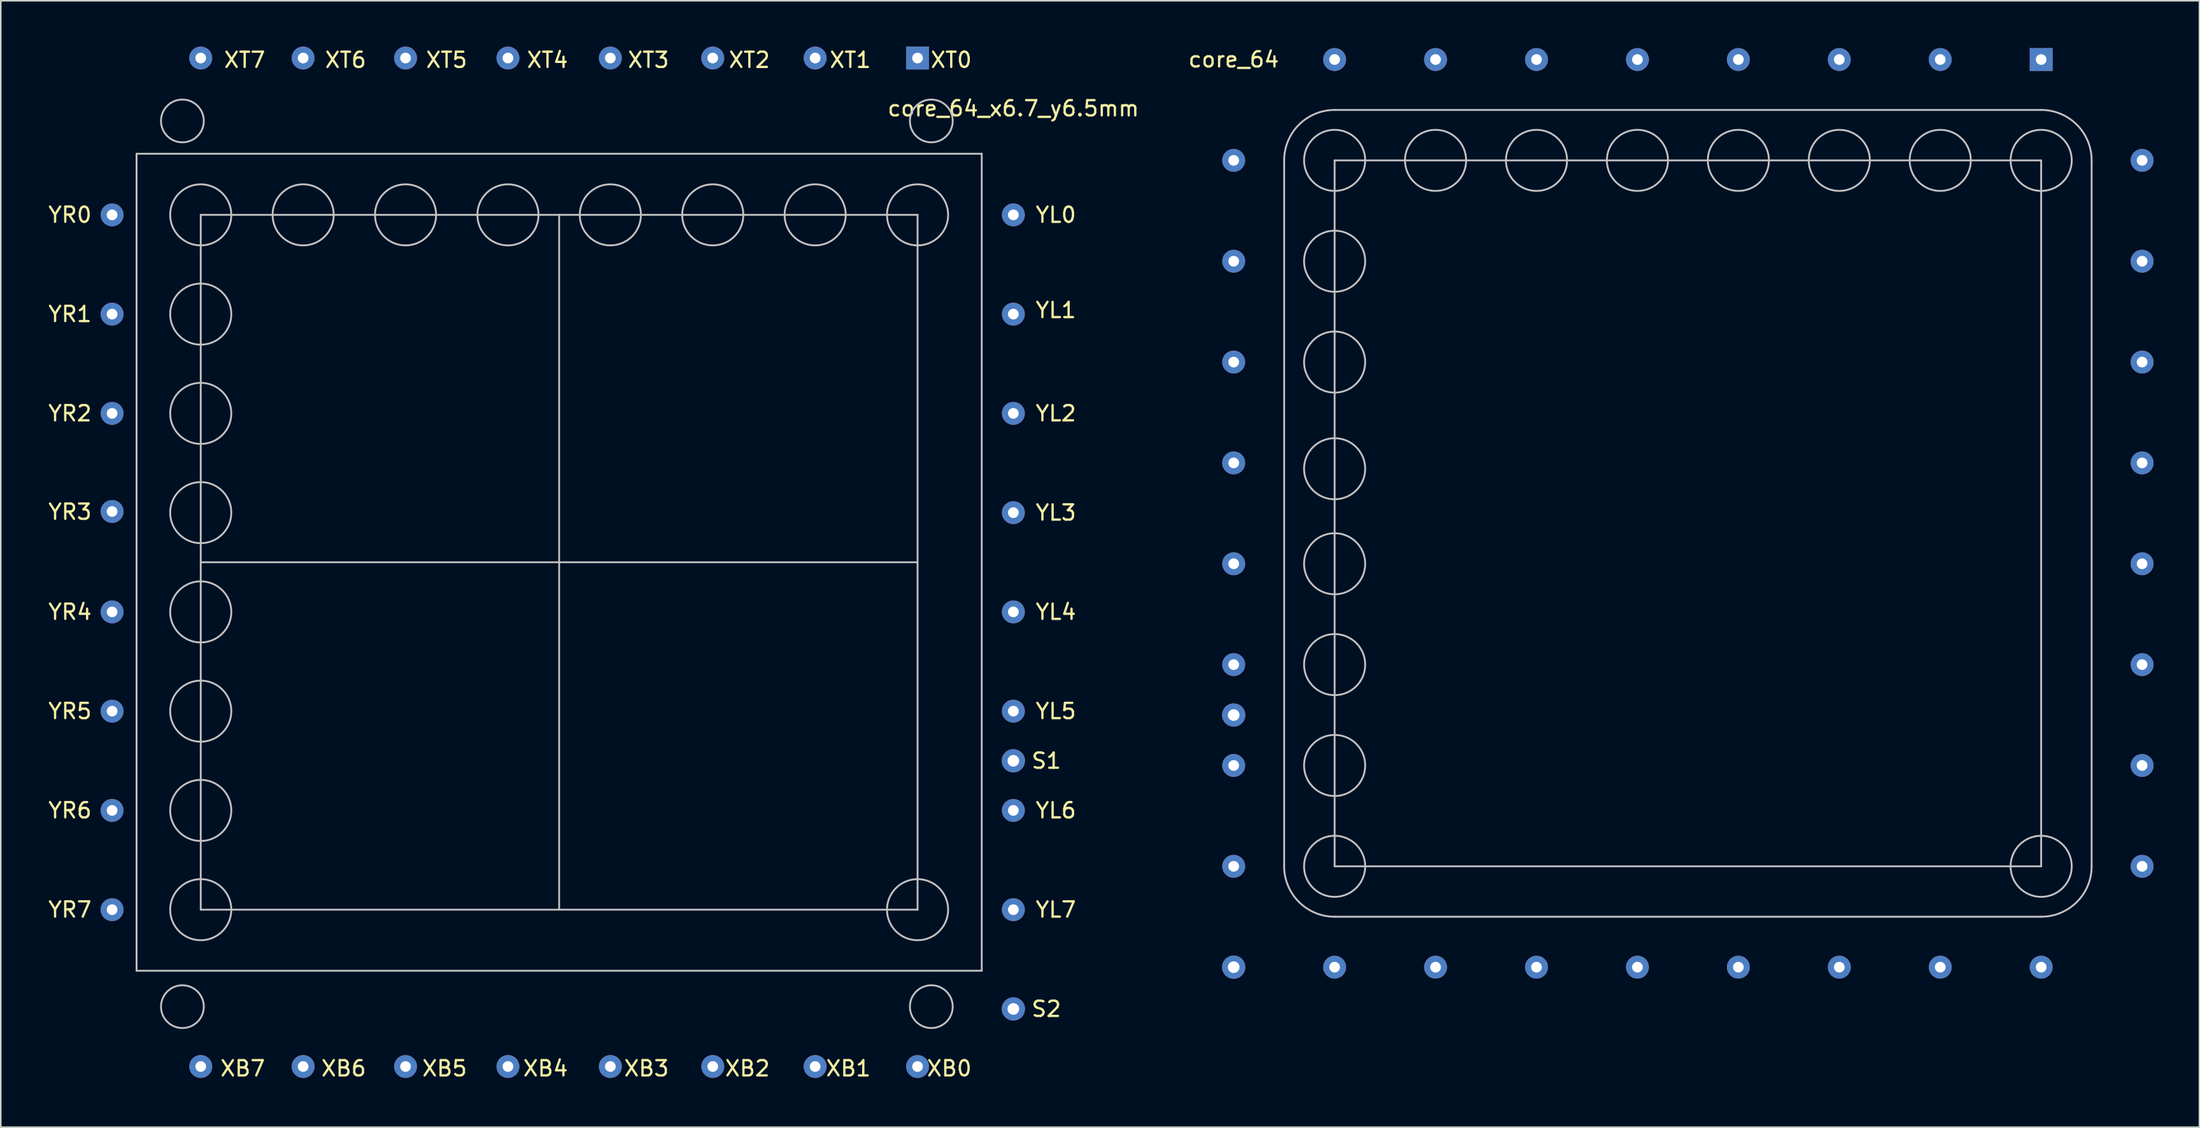
<source format=kicad_pcb>
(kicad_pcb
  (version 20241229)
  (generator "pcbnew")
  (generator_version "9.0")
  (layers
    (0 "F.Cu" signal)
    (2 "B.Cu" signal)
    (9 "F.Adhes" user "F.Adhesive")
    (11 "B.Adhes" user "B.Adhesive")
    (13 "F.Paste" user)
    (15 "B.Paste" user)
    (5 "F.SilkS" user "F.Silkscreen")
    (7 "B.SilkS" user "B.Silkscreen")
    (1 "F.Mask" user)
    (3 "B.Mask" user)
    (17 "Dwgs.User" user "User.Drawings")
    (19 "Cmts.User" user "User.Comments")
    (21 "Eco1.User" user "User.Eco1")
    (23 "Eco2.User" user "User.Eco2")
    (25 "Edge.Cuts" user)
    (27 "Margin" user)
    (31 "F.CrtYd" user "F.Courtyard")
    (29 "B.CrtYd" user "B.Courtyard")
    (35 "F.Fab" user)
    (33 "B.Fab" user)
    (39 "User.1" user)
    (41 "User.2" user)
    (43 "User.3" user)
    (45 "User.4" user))
  (footprint "core_64_x6.7_y6.5mm"
    (layer "F.Cu")
    (at 33.534 33.77)
    (property "Reference" "core_64_x6.7_y6.5mm" (at 29.718 -29.718 0) (layer "F.SilkS") (effects (font (size 1 1) (thickness 0.15))))
    (attr through_hole)
    (fp_line (start -27.65 -26.75) (end 27.65 -26.75) (stroke (width 0.12) (type solid)) (layer "Dwgs.User"))
    (fp_line (start -27.65 26.75) (end -27.65 -26.75) (stroke (width 0.12) (type solid)) (layer "Dwgs.User"))
    (fp_line (start -23.45 -22.75) (end 23.45 -22.75) (stroke (width 0.12) (type solid)) (layer "Dwgs.User"))
    (fp_line (start -23.45 0) (end 23.45 0) (stroke (width 0.12) (type solid)) (layer "Dwgs.User"))
    (fp_line (start -23.45 22.75) (end -23.45 -22.75) (stroke (width 0.12) (type solid)) (layer "Dwgs.User"))
    (fp_line (start 0 22.75) (end 0 -22.75) (stroke (width 0.12) (type solid)) (layer "Dwgs.User"))
    (fp_line (start 23.45 -22.75) (end 23.45 22.75) (stroke (width 0.12) (type solid)) (layer "Dwgs.User"))
    (fp_line (start 23.45 22.75) (end -23.45 22.75) (stroke (width 0.12) (type solid)) (layer "Dwgs.User"))
    (fp_line (start 27.65 -26.75) (end 27.65 26.75) (stroke (width 0.12) (type solid)) (layer "Dwgs.User"))
    (fp_line (start 27.65 26.75) (end -27.65 26.75) (stroke (width 0.12) (type solid)) (layer "Dwgs.User"))
    (fp_circle (center -24.65 -28.9) (end -23.25 -28.9) (stroke (width 0.12) (type solid)) (fill no) (layer "Dwgs.User"))
    (fp_circle (center -24.65 29.1) (end -23.25 29.1) (stroke (width 0.12) (type solid)) (fill no) (layer "Dwgs.User"))
    (fp_circle (center -23.45 -22.75) (end -21.45 -22.75) (stroke (width 0.12) (type solid)) (fill no) (layer "Dwgs.User"))
    (fp_circle (center -23.45 -16.25) (end -21.45 -16.25) (stroke (width 0.12) (type solid)) (fill no) (layer "Dwgs.User"))
    (fp_circle (center -23.45 -9.75) (end -21.45 -9.75) (stroke (width 0.12) (type solid)) (fill no) (layer "Dwgs.User"))
    (fp_circle (center -23.45 -3.25) (end -21.45 -3.25) (stroke (width 0.12) (type solid)) (fill no) (layer "Dwgs.User"))
    (fp_circle (center -23.45 3.25) (end -21.45 3.25) (stroke (width 0.12) (type solid)) (fill no) (layer "Dwgs.User"))
    (fp_circle (center -23.45 9.75) (end -21.45 9.75) (stroke (width 0.12) (type solid)) (fill no) (layer "Dwgs.User"))
    (fp_circle (center -23.45 16.25) (end -21.45 16.25) (stroke (width 0.12) (type solid)) (fill no) (layer "Dwgs.User"))
    (fp_circle (center -23.45 22.75) (end -21.45 22.75) (stroke (width 0.12) (type solid)) (fill no) (layer "Dwgs.User"))
    (fp_circle (center -16.75 -22.75) (end -14.75 -22.75) (stroke (width 0.12) (type solid)) (fill no) (layer "Dwgs.User"))
    (fp_circle (center -10.05 -22.75) (end -8.05 -22.75) (stroke (width 0.12) (type solid)) (fill no) (layer "Dwgs.User"))
    (fp_circle (center -3.35 -22.75) (end -1.35 -22.75) (stroke (width 0.12) (type solid)) (fill no) (layer "Dwgs.User"))
    (fp_circle (center 3.35 -22.75) (end 5.35 -22.75) (stroke (width 0.12) (type solid)) (fill no) (layer "Dwgs.User"))
    (fp_circle (center 10.05 -22.75) (end 12.05 -22.75) (stroke (width 0.12) (type solid)) (fill no) (layer "Dwgs.User"))
    (fp_circle (center 16.75 -22.75) (end 18.75 -22.75) (stroke (width 0.12) (type solid)) (fill no) (layer "Dwgs.User"))
    (fp_circle (center 23.45 -22.75) (end 25.45 -22.75) (stroke (width 0.12) (type solid)) (fill no) (layer "Dwgs.User"))
    (fp_circle (center 23.45 22.75) (end 25.45 22.75) (stroke (width 0.12) (type solid)) (fill no) (layer "Dwgs.User"))
    (fp_circle (center 24.35 -28.9) (end 25.75 -28.9) (stroke (width 0.12) (type solid)) (fill no) (layer "Dwgs.User"))
    (fp_circle (center 24.35 29.1) (end 25.75 29.1) (stroke (width 0.12) (type solid)) (fill no) (layer "Dwgs.User"))
    (fp_text user "XB4" (at -0.889 33.147 0) (layer "F.SilkS") (effects (font (size 1 1) (thickness 0.15))))
    (fp_text user "XT1" (at 19.05 -32.893 0) (layer "F.SilkS") (effects (font (size 1 1) (thickness 0.15))))
    (fp_text user "S2" (at 31.877 29.25 0) (layer "F.SilkS") (effects (font (size 1 1) (thickness 0.15))))
    (fp_text user "YL6" (at 32.5 16.25 0) (layer "F.SilkS") (effects (font (size 1 1) (thickness 0.15))))
    (fp_text user "YR1" (at -32.004 -16.25 0) (layer "F.SilkS") (effects (font (size 1 1) (thickness 0.15))))
    (fp_text user "YL3" (at 32.5 -3.25 0) (layer "F.SilkS") (effects (font (size 1 1) (thickness 0.15))))
    (fp_text user "XB6" (at -14.097 33.147 0) (layer "F.SilkS") (effects (font (size 1 1) (thickness 0.15))))
    (fp_text user "XT5" (at -7.366 -32.893 0) (layer "F.SilkS") (effects (font (size 1 1) (thickness 0.15))))
    (fp_text user "XT7" (at -20.574 -32.893 0) (layer "F.SilkS") (effects (font (size 1 1) (thickness 0.15))))
    (fp_text user "XB7" (at -20.701 33.147 0) (layer "F.SilkS") (effects (font (size 1 1) (thickness 0.15))))
    (fp_text user "YL7" (at 32.5 22.75 0) (layer "F.SilkS") (effects (font (size 1 1) (thickness 0.15))))
    (fp_text user "YL2" (at 32.5 -9.75 0) (layer "F.SilkS") (effects (font (size 1 1) (thickness 0.15))))
    (fp_text user "YL5" (at 32.5 9.75 0) (layer "F.SilkS") (effects (font (size 1 1) (thickness 0.15))))
    (fp_text user "XB1" (at 18.923 33.147 0) (layer "F.SilkS") (effects (font (size 1 1) (thickness 0.15))))
    (fp_text user "YR6" (at -32.004 16.25 0) (layer "F.SilkS") (effects (font (size 1 1) (thickness 0.15))))
    (fp_text user "YR7" (at -32.004 22.75 0) (layer "F.SilkS") (effects (font (size 1 1) (thickness 0.15))))
    (fp_text user "YL4" (at 32.5 3.25 0) (layer "F.SilkS") (effects (font (size 1 1) (thickness 0.15))))
    (fp_text user "YR4" (at -32.004 3.25 0) (layer "F.SilkS") (effects (font (size 1 1) (thickness 0.15))))
    (fp_text user "YL1" (at 32.5 -16.51 0) (layer "F.SilkS") (effects (font (size 1 1) (thickness 0.15))))
    (fp_text user "XB3" (at 5.715 33.147 0) (layer "F.SilkS") (effects (font (size 1 1) (thickness 0.15))))
    (fp_text user "YR3" (at -32.004 -3.302 0) (layer "F.SilkS") (effects (font (size 1 1) (thickness 0.15))))
    (fp_text user "XT2" (at 12.446 -32.893 0) (layer "F.SilkS") (effects (font (size 1 1) (thickness 0.15))))
    (fp_text user "XB2" (at 12.319 33.147 0) (layer "F.SilkS") (effects (font (size 1 1) (thickness 0.15))))
    (fp_text user "XB5" (at -7.493 33.147 0) (layer "F.SilkS") (effects (font (size 1 1) (thickness 0.15))))
    (fp_text user "YL0" (at 32.5 -22.75 0) (layer "F.SilkS") (effects (font (size 1 1) (thickness 0.15))))
    (fp_text user "YR5" (at -32.004 9.75 0) (layer "F.SilkS") (effects (font (size 1 1) (thickness 0.15))))
    (fp_text user "XT4" (at -0.762 -32.893 0) (layer "F.SilkS") (effects (font (size 1 1) (thickness 0.15))))
    (fp_text user "XB0" (at 25.527 33.147 0) (layer "F.SilkS") (effects (font (size 1 1) (thickness 0.15))))
    (fp_text user "YR2" (at -32.004 -9.75 0) (layer "F.SilkS") (effects (font (size 1 1) (thickness 0.15))))
    (fp_text user "XT0" (at 25.654 -32.893 0) (layer "F.SilkS") (effects (font (size 1 1) (thickness 0.15))))
    (fp_text user "S1" (at 31.877 13 0) (layer "F.SilkS") (effects (font (size 1 1) (thickness 0.15))))
    (fp_text user "XT6" (at -13.97 -32.893 0) (layer "F.SilkS") (effects (font (size 1 1) (thickness 0.15))))
    (fp_text user "XT3" (at 5.842 -32.893 0) (layer "F.SilkS") (effects (font (size 1 1) (thickness 0.15))))
    (fp_text user "YR0" (at -32.004 -22.75 0) (layer "F.SilkS") (effects (font (size 1 1) (thickness 0.15))))
    (pad "1" thru_hole rect (at 23.45 -33.02 180) (size 1.5 1.5) (drill 0.7) (layers "*.Cu" "*.Mask"))
    (pad "2" thru_hole circle (at 16.75 -33.02 180) (size 1.5 1.5) (drill 0.7) (layers "*.Cu" "*.Mask"))
    (pad "3" thru_hole circle (at 10.05 -33.02 180) (size 1.5 1.5) (drill 0.7) (layers "*.Cu" "*.Mask"))
    (pad "4" thru_hole circle (at 3.35 -33.02 180) (size 1.5 1.5) (drill 0.7) (layers "*.Cu" "*.Mask"))
    (pad "5" thru_hole circle (at -3.35 -33.02 180) (size 1.5 1.5) (drill 0.7) (layers "*.Cu" "*.Mask"))
    (pad "6" thru_hole circle (at -10.05 -33.02 180) (size 1.5 1.5) (drill 0.7) (layers "*.Cu" "*.Mask"))
    (pad "7" thru_hole circle (at -16.75 -33.02 180) (size 1.5 1.5) (drill 0.7) (layers "*.Cu" "*.Mask"))
    (pad "8" thru_hole circle (at -23.45 -33.02 180) (size 1.5 1.5) (drill 0.7) (layers "*.Cu" "*.Mask"))
    (pad "9" thru_hole circle (at -29.25 -22.75 180) (size 1.5 1.5) (drill 0.7) (layers "*.Cu" "*.Mask"))
    (pad "10" thru_hole circle (at -29.25 -16.25 180) (size 1.5 1.5) (drill 0.7) (layers "*.Cu" "*.Mask"))
    (pad "11" thru_hole circle (at -29.25 -9.75 180) (size 1.5 1.5) (drill 0.7) (layers "*.Cu" "*.Mask"))
    (pad "12" thru_hole circle (at -29.25 -3.325 180) (size 1.5 1.5) (drill 0.7) (layers "*.Cu" "*.Mask"))
    (pad "13" thru_hole circle (at -29.25 3.25 180) (size 1.5 1.5) (drill 0.7) (layers "*.Cu" "*.Mask"))
    (pad "14" thru_hole circle (at -29.25 9.75 180) (size 1.5 1.5) (drill 0.7) (layers "*.Cu" "*.Mask"))
    (pad "15" thru_hole circle (at -29.25 16.25 180) (size 1.5 1.5) (drill 0.7) (layers "*.Cu" "*.Mask"))
    (pad "16" thru_hole circle (at -29.25 22.75 180) (size 1.5 1.5) (drill 0.7) (layers "*.Cu" "*.Mask"))
    (pad "17" thru_hole circle (at -23.45 33.02 180) (size 1.5 1.5) (drill 0.7) (layers "*.Cu" "*.Mask"))
    (pad "18" thru_hole circle (at -16.75 33.02 180) (size 1.5 1.5) (drill 0.7) (layers "*.Cu" "*.Mask"))
    (pad "19" thru_hole circle (at -10.05 33.02 180) (size 1.5 1.5) (drill 0.7) (layers "*.Cu" "*.Mask"))
    (pad "20" thru_hole circle (at -3.35 33.02 180) (size 1.5 1.5) (drill 0.7) (layers "*.Cu" "*.Mask"))
    (pad "21" thru_hole circle (at 3.35 33.02 180) (size 1.5 1.5) (drill 0.7) (layers "*.Cu" "*.Mask"))
    (pad "22" thru_hole circle (at 10.05 33.02 180) (size 1.5 1.5) (drill 0.7) (layers "*.Cu" "*.Mask"))
    (pad "23" thru_hole circle (at 16.75 33.02 180) (size 1.5 1.5) (drill 0.7) (layers "*.Cu" "*.Mask"))
    (pad "24" thru_hole circle (at 23.45 33.02 180) (size 1.5 1.5) (drill 0.7) (layers "*.Cu" "*.Mask"))
    (pad "25" thru_hole circle (at 29.718 22.75 180) (size 1.5 1.5) (drill 0.7) (layers "*.Cu" "*.Mask"))
    (pad "26" thru_hole circle (at 29.718 16.25 180) (size 1.5 1.5) (drill 0.7) (layers "*.Cu" "*.Mask"))
    (pad "27" thru_hole circle (at 29.718 9.75 180) (size 1.5 1.5) (drill 0.7) (layers "*.Cu" "*.Mask"))
    (pad "28" thru_hole circle (at 29.718 3.25 180) (size 1.5 1.5) (drill 0.7) (layers "*.Cu" "*.Mask"))
    (pad "29" thru_hole circle (at 29.718 -3.25 180) (size 1.5 1.5) (drill 0.7) (layers "*.Cu" "*.Mask"))
    (pad "30" thru_hole circle (at 29.718 -9.75 180) (size 1.5 1.5) (drill 0.7) (layers "*.Cu" "*.Mask"))
    (pad "31" thru_hole circle (at 29.718 -16.25 180) (size 1.5 1.5) (drill 0.7) (layers "*.Cu" "*.Mask"))
    (pad "32" thru_hole circle (at 29.718 -22.75 180) (size 1.5 1.5) (drill 0.7) (layers "*.Cu" "*.Mask"))
    (pad "33" thru_hole circle (at 29.718 13) (size 1.524 1.524) (drill 0.762) (layers "*.Cu" "*.Mask"))
    (pad "34" thru_hole circle (at 29.718 29.25) (size 1.524 1.524) (drill 0.762) (layers "*.Cu" "*.Mask")))
  (footprint "core_64"
    (layer "F.Cu")
    (at 107.386 30.566)
    (property "Reference" "core_64" (at -29.718 -29.718 0) (layer "F.SilkS") (effects (font (size 1 1) (thickness 0.15))))
    (attr through_hole)
    (fp_line (start -26.416 23.114) (end -26.416 -23.114) (stroke (width 0.12) (type solid)) (layer "Dwgs.User"))
    (fp_line (start -23.114 -26.416) (end 23.114 -26.416) (stroke (width 0.12) (type solid)) (layer "Dwgs.User"))
    (fp_line (start -23.114 -23.114) (end 23.114 -23.114) (stroke (width 0.12) (type solid)) (layer "Dwgs.User"))
    (fp_line (start -23.114 23.114) (end -23.114 -23.114) (stroke (width 0.12) (type solid)) (layer "Dwgs.User"))
    (fp_line (start 23.114 -23.114) (end 23.114 23.114) (stroke (width 0.12) (type solid)) (layer "Dwgs.User"))
    (fp_line (start 23.114 23.114) (end -23.114 23.114) (stroke (width 0.12) (type solid)) (layer "Dwgs.User"))
    (fp_line (start 23.114 26.416) (end -23.114 26.416) (stroke (width 0.12) (type solid)) (layer "Dwgs.User"))
    (fp_line (start 26.416 -23.114) (end 26.416 23.114) (stroke (width 0.12) (type solid)) (layer "Dwgs.User"))
    (fp_arc (start -26.416 -23.114) (mid -25.448867 -25.448867) (end -23.114 -26.416) (stroke (width 0.12) (type solid)) (layer "Dwgs.User"))
    (fp_arc (start -23.114 26.416) (mid -25.448867 25.448867) (end -26.416 23.114) (stroke (width 0.12) (type solid)) (layer "Dwgs.User"))
    (fp_arc (start 23.114 -26.416) (mid 25.448867 -25.448867) (end 26.416 -23.114) (stroke (width 0.12) (type solid)) (layer "Dwgs.User"))
    (fp_arc (start 26.416 23.114) (mid 25.448867 25.448867) (end 23.114 26.416) (stroke (width 0.12) (type solid)) (layer "Dwgs.User"))
    (fp_circle (center -23.114 -23.114) (end -21.114 -23.114) (stroke (width 0.12) (type solid)) (fill no) (layer "Dwgs.User"))
    (fp_circle (center -23.114 -16.51) (end -21.114 -16.51) (stroke (width 0.12) (type solid)) (fill no) (layer "Dwgs.User"))
    (fp_circle (center -23.114 -9.906) (end -21.114 -9.906) (stroke (width 0.12) (type solid)) (fill no) (layer "Dwgs.User"))
    (fp_circle (center -23.114 -2.921) (end -21.114 -2.921) (stroke (width 0.12) (type solid)) (fill no) (layer "Dwgs.User"))
    (fp_circle (center -23.114 3.302) (end -21.114 3.302) (stroke (width 0.12) (type solid)) (fill no) (layer "Dwgs.User"))
    (fp_circle (center -23.114 9.906) (end -21.114 9.906) (stroke (width 0.12) (type solid)) (fill no) (layer "Dwgs.User"))
    (fp_circle (center -23.114 16.51) (end -21.114 16.51) (stroke (width 0.12) (type solid)) (fill no) (layer "Dwgs.User"))
    (fp_circle (center -23.114 23.114) (end -21.114 23.114) (stroke (width 0.12) (type solid)) (fill no) (layer "Dwgs.User"))
    (fp_circle (center -16.51 -23.114) (end -14.51 -23.114) (stroke (width 0.12) (type solid)) (fill no) (layer "Dwgs.User"))
    (fp_circle (center -9.906 -23.114) (end -7.906 -23.114) (stroke (width 0.12) (type solid)) (fill no) (layer "Dwgs.User"))
    (fp_circle (center -3.302 -23.114) (end -1.302 -23.114) (stroke (width 0.12) (type solid)) (fill no) (layer "Dwgs.User"))
    (fp_circle (center 3.302 -23.114) (end 5.302 -23.114) (stroke (width 0.12) (type solid)) (fill no) (layer "Dwgs.User"))
    (fp_circle (center 9.906 -23.114) (end 11.906 -23.114) (stroke (width 0.12) (type solid)) (fill no) (layer "Dwgs.User"))
    (fp_circle (center 16.51 -23.114) (end 18.51 -23.114) (stroke (width 0.12) (type solid)) (fill no) (layer "Dwgs.User"))
    (fp_circle (center 23.114 -23.114) (end 25.114 -23.114) (stroke (width 0.12) (type solid)) (fill no) (layer "Dwgs.User"))
    (fp_circle (center 23.114 23.114) (end 25.114 23.114) (stroke (width 0.12) (type solid)) (fill no) (layer "Dwgs.User"))
    (pad "1" thru_hole rect (at 23.114 -29.718 180) (size 1.5 1.5) (drill 0.7) (layers "*.Cu" "*.Mask"))
    (pad "2" thru_hole circle (at 16.51 -29.718 180) (size 1.5 1.5) (drill 0.7) (layers "*.Cu" "*.Mask"))
    (pad "3" thru_hole circle (at 9.906 -29.718 180) (size 1.5 1.5) (drill 0.7) (layers "*.Cu" "*.Mask"))
    (pad "4" thru_hole circle (at 3.302 -29.718 180) (size 1.5 1.5) (drill 0.7) (layers "*.Cu" "*.Mask"))
    (pad "5" thru_hole circle (at -3.302 -29.718 180) (size 1.5 1.5) (drill 0.7) (layers "*.Cu" "*.Mask"))
    (pad "6" thru_hole circle (at -9.906 -29.718 180) (size 1.5 1.5) (drill 0.7) (layers "*.Cu" "*.Mask"))
    (pad "7" thru_hole circle (at -16.51 -29.718 180) (size 1.5 1.5) (drill 0.7) (layers "*.Cu" "*.Mask"))
    (pad "8" thru_hole circle (at -23.114 -29.718 180) (size 1.5 1.5) (drill 0.7) (layers "*.Cu" "*.Mask"))
    (pad "9" thru_hole circle (at -29.718 -23.114 180) (size 1.5 1.5) (drill 0.7) (layers "*.Cu" "*.Mask"))
    (pad "10" thru_hole circle (at -29.718 -16.51 180) (size 1.5 1.5) (drill 0.7) (layers "*.Cu" "*.Mask"))
    (pad "11" thru_hole circle (at -29.718 -9.906 180) (size 1.5 1.5) (drill 0.7) (layers "*.Cu" "*.Mask"))
    (pad "12" thru_hole circle (at -29.718 -3.302 180) (size 1.5 1.5) (drill 0.7) (layers "*.Cu" "*.Mask"))
    (pad "13" thru_hole circle (at -29.718 3.302 180) (size 1.5 1.5) (drill 0.7) (layers "*.Cu" "*.Mask"))
    (pad "14" thru_hole circle (at -29.718 9.906 180) (size 1.5 1.5) (drill 0.7) (layers "*.Cu" "*.Mask"))
    (pad "15" thru_hole circle (at -29.718 16.51 180) (size 1.5 1.5) (drill 0.7) (layers "*.Cu" "*.Mask"))
    (pad "16" thru_hole circle (at -29.718 23.114 180) (size 1.5 1.5) (drill 0.7) (layers "*.Cu" "*.Mask"))
    (pad "17" thru_hole circle (at -23.114 29.718 180) (size 1.5 1.5) (drill 0.7) (layers "*.Cu" "*.Mask"))
    (pad "18" thru_hole circle (at -16.51 29.718 180) (size 1.5 1.5) (drill 0.7) (layers "*.Cu" "*.Mask"))
    (pad "19" thru_hole circle (at -9.906 29.718 180) (size 1.5 1.5) (drill 0.7) (layers "*.Cu" "*.Mask"))
    (pad "20" thru_hole circle (at -3.302 29.718 180) (size 1.5 1.5) (drill 0.7) (layers "*.Cu" "*.Mask"))
    (pad "21" thru_hole circle (at 3.302 29.718 180) (size 1.5 1.5) (drill 0.7) (layers "*.Cu" "*.Mask"))
    (pad "22" thru_hole circle (at 9.906 29.718 180) (size 1.5 1.5) (drill 0.7) (layers "*.Cu" "*.Mask"))
    (pad "23" thru_hole circle (at 16.51 29.718 180) (size 1.5 1.5) (drill 0.7) (layers "*.Cu" "*.Mask"))
    (pad "24" thru_hole circle (at 23.114 29.718 180) (size 1.5 1.5) (drill 0.7) (layers "*.Cu" "*.Mask"))
    (pad "25" thru_hole circle (at 29.718 23.114 180) (size 1.5 1.5) (drill 0.7) (layers "*.Cu" "*.Mask"))
    (pad "26" thru_hole circle (at 29.718 16.51 180) (size 1.5 1.5) (drill 0.7) (layers "*.Cu" "*.Mask"))
    (pad "27" thru_hole circle (at 29.718 9.906 180) (size 1.5 1.5) (drill 0.7) (layers "*.Cu" "*.Mask"))
    (pad "28" thru_hole circle (at 29.718 3.302 180) (size 1.5 1.5) (drill 0.7) (layers "*.Cu" "*.Mask"))
    (pad "29" thru_hole circle (at 29.718 -3.302 180) (size 1.5 1.5) (drill 0.7) (layers "*.Cu" "*.Mask"))
    (pad "30" thru_hole circle (at 29.718 -9.906 180) (size 1.5 1.5) (drill 0.7) (layers "*.Cu" "*.Mask"))
    (pad "31" thru_hole circle (at 29.718 -16.51 180) (size 1.5 1.5) (drill 0.7) (layers "*.Cu" "*.Mask"))
    (pad "32" thru_hole circle (at 29.718 -23.114 180) (size 1.5 1.5) (drill 0.7) (layers "*.Cu" "*.Mask"))
    (pad "33" thru_hole circle (at -29.718 13.208) (size 1.524 1.524) (drill 0.762) (layers "*.Cu" "*.Mask"))
    (pad "34" thru_hole circle (at -29.718 29.718) (size 1.524 1.524) (drill 0.762) (layers "*.Cu" "*.Mask")))
  (gr_rect
    (start -3 -3)
    (end 140.854 70.765)
    (stroke (width 0.1) (type default))
    (fill no)
    (layer "Edge.Cuts")))
</source>
